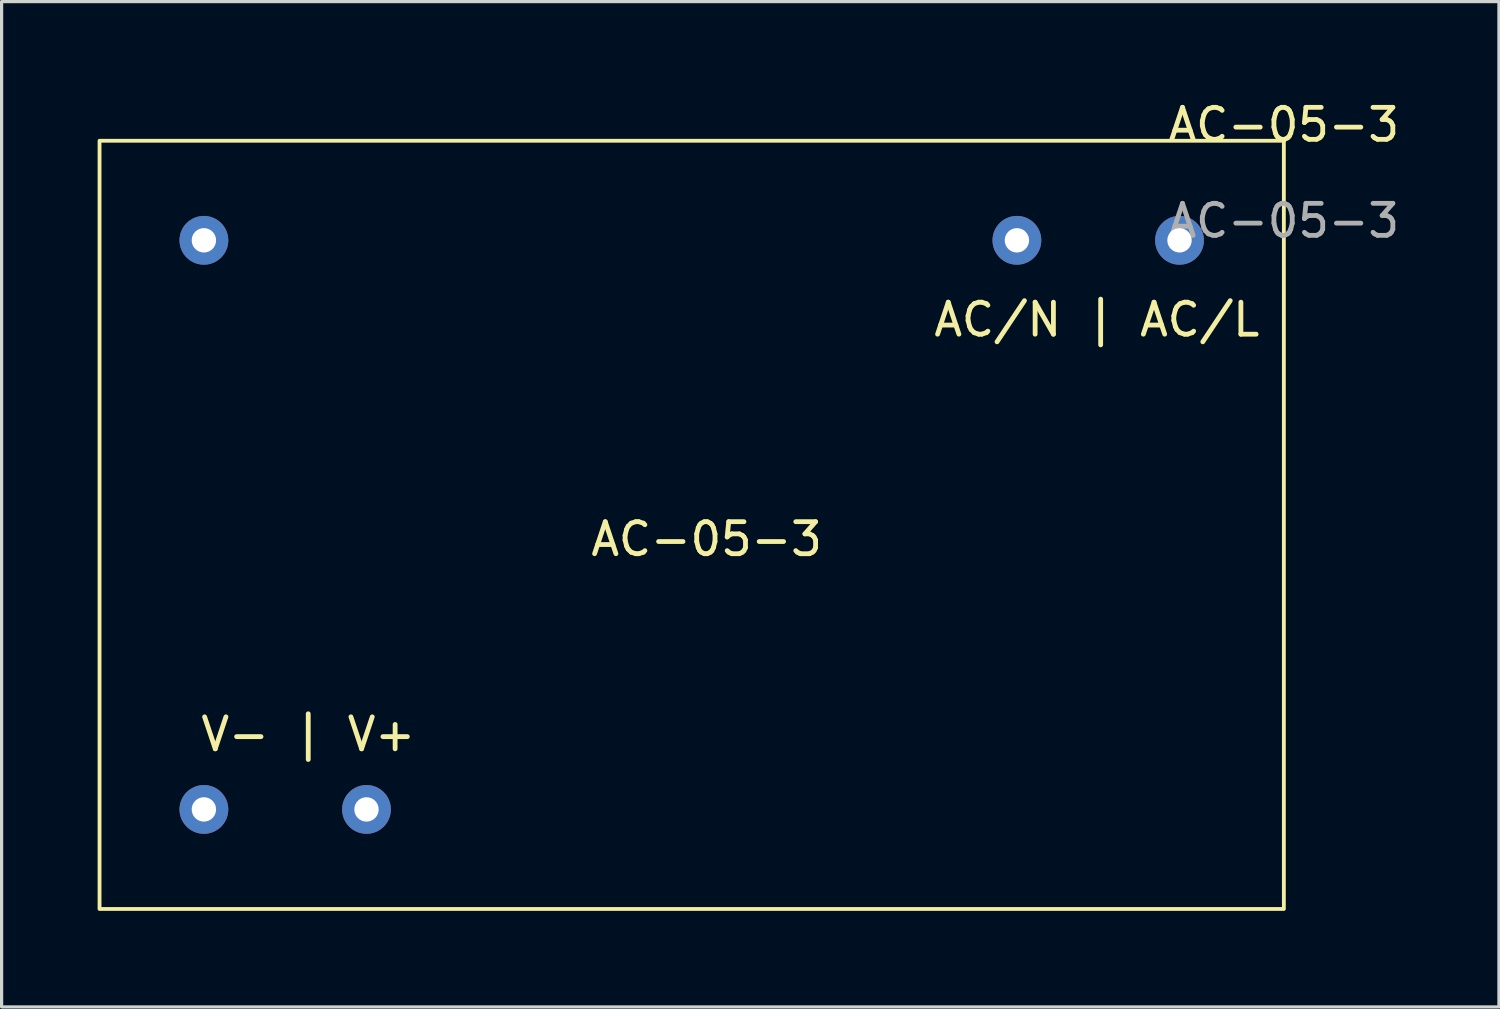
<source format=kicad_pcb>
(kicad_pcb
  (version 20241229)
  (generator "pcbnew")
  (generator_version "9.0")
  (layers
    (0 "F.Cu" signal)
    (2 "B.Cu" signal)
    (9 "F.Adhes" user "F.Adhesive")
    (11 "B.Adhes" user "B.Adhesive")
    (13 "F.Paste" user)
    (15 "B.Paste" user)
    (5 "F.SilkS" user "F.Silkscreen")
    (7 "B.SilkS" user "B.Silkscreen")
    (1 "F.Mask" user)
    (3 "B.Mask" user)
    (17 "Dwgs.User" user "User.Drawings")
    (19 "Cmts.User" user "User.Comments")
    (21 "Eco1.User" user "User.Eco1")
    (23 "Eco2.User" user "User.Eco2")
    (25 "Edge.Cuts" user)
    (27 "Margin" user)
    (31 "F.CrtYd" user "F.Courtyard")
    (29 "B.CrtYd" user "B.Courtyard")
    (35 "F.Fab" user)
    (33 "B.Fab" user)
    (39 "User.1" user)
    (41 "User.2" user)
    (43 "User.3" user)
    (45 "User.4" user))
  (footprint "AC-05-3"
    (layer "F.Cu")
    (at 37.06 1.348)
    (property "Reference" "AC-05-3" (at 0 -0.5 0) (unlocked yes) (layer "F.SilkS") (effects (font (size 1 1) (thickness 0.15))))
    (attr through_hole)
    (fp_rect (start 0 0) (end -37 24) (stroke (width 0.12) (type solid)) (fill no) (layer "F.SilkS"))
    (fp_text user "AC-05-3" (at -18.034 12.446 0) (unlocked yes) (layer "F.SilkS") (effects (font (size 1 1) (thickness 0.15))))
    (fp_text user "V- | V+" (at -30.48 18.542 0) (unlocked yes) (layer "F.SilkS") (effects (font (size 1 1) (thickness 0.15))))
    (fp_text user "AC/N | AC/L" (at -5.842 5.588 0) (unlocked yes) (layer "F.SilkS") (effects (font (size 1 1) (thickness 0.15))))
    (fp_text user "${REFERENCE}" (at 0 2.5 0) (unlocked yes) (layer "F.Fab") (effects (font (size 1 1) (thickness 0.15))))
    (pad "" np_thru_hole circle (at -33.74 3.11) (size 1.524 1.524) (drill 0.762) (layers "*.Cu" "*.Mask"))
    (pad "1" thru_hole circle (at -3.26 3.11) (size 1.524 1.524) (drill 0.762) (layers "*.Cu" "*.Mask"))
    (pad "2" thru_hole circle (at -8.34 3.11) (size 1.524 1.524) (drill 0.762) (layers "*.Cu" "*.Mask"))
    (pad "3" thru_hole circle (at -28.66 20.89) (size 1.524 1.524) (drill 0.762) (layers "*.Cu" "*.Mask"))
    (pad "4" thru_hole circle (at -33.74 20.89) (size 1.524 1.524) (drill 0.762) (layers "*.Cu" "*.Mask")))
  (gr_rect
    (start -3 -3)
    (end 43.78 28.408)
    (stroke (width 0.1) (type default))
    (fill no)
    (layer "Edge.Cuts")))
</source>
